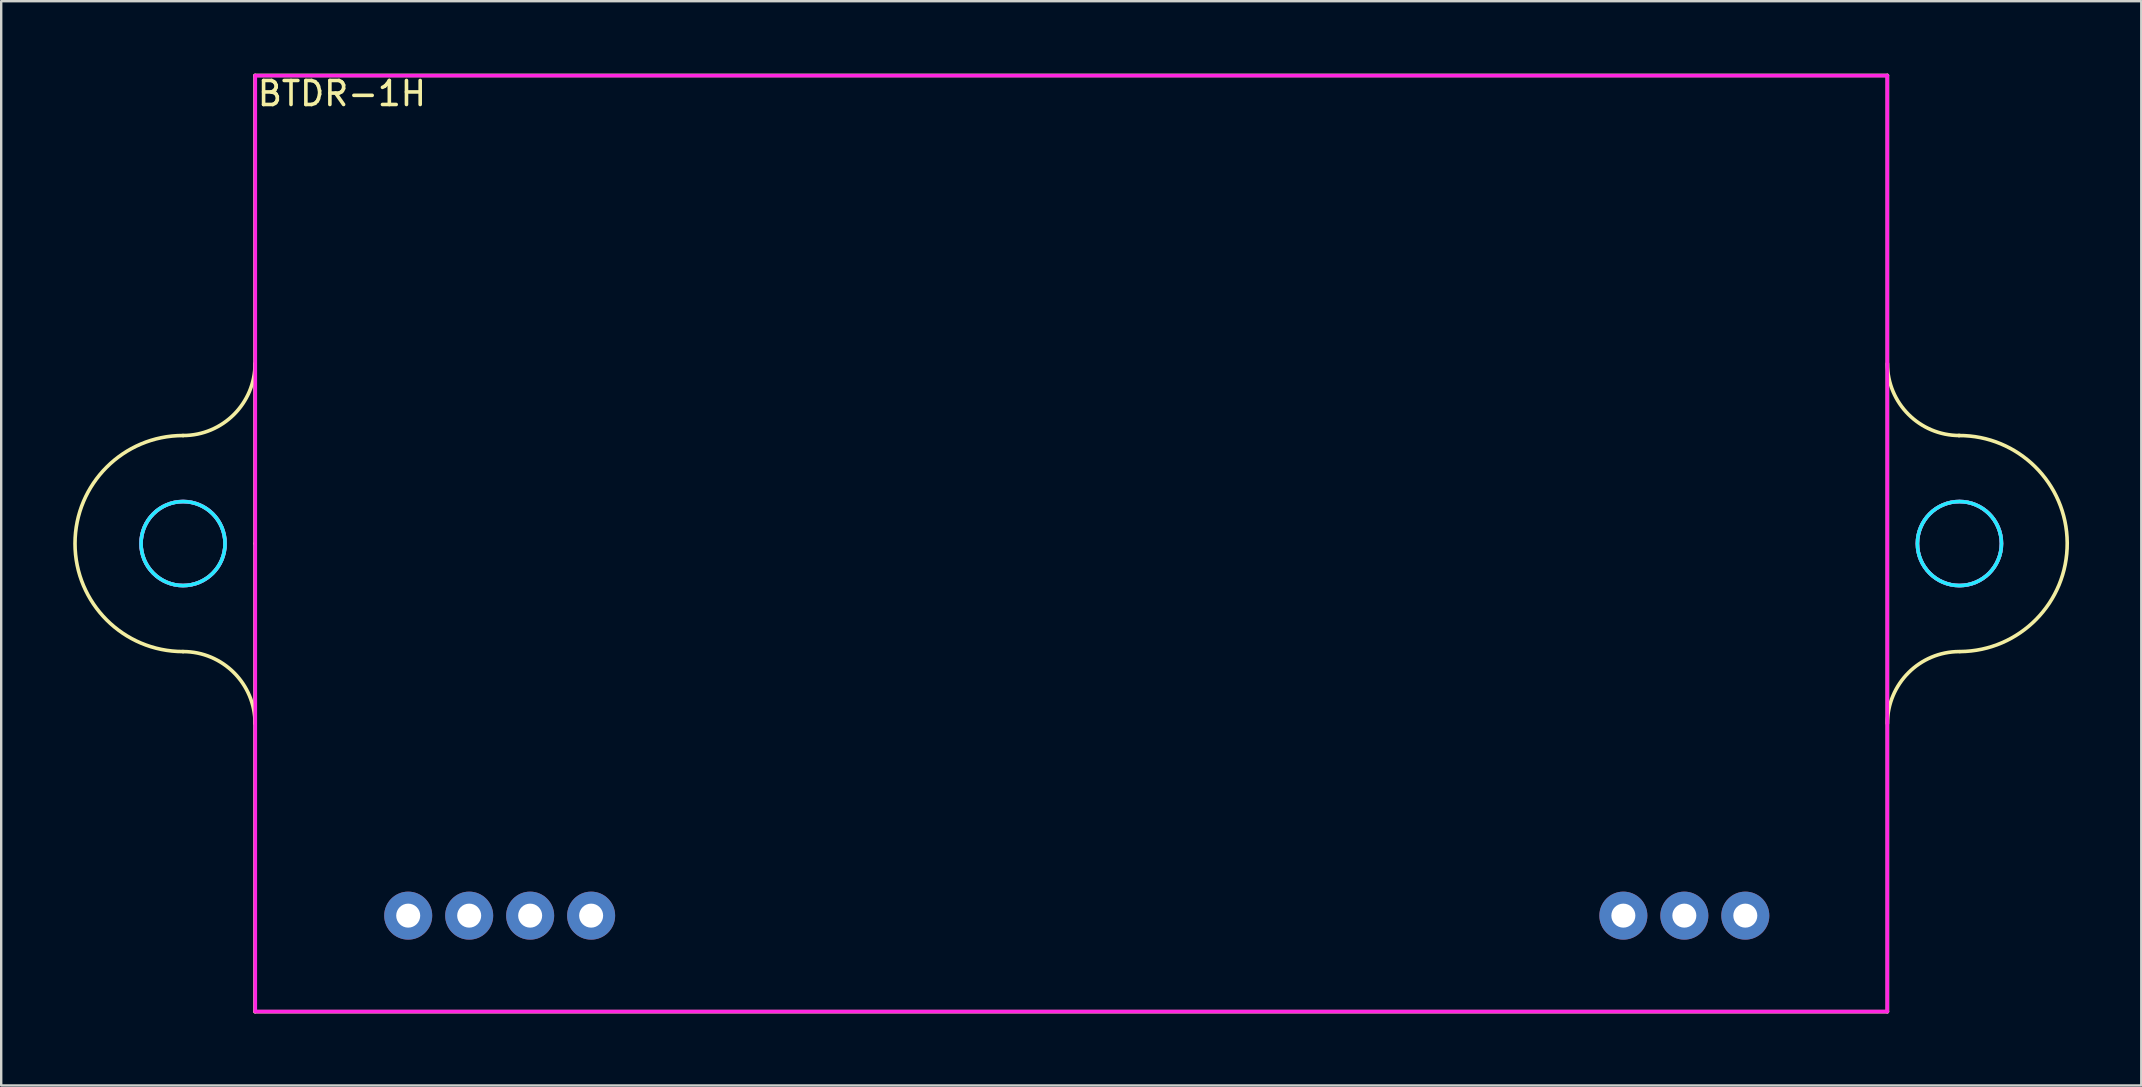
<source format=kicad_pcb>
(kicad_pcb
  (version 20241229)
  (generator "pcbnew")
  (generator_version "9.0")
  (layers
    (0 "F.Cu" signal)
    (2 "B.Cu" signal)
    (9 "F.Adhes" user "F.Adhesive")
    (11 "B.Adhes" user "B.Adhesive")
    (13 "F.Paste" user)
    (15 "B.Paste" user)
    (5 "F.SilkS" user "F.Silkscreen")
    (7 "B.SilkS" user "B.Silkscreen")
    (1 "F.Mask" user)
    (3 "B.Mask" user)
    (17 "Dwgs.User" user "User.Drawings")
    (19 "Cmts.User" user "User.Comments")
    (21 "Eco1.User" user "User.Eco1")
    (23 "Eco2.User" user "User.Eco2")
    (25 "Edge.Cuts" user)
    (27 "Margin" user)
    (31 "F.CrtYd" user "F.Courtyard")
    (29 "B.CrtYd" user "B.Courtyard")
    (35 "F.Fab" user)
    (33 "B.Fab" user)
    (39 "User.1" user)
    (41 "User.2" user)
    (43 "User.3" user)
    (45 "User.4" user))
  (footprint "BTDR-1H"
    (layer "F.Cu")
    (at 4.575 19.593)
    (property "Reference" "BTDR-1H" (at 6.617 -18.745 0) (layer "F.SilkS") (effects (font (size 1 1) (thickness 0.15))))
    (attr through_hole)
    (fp_line (start 3 -19.5) (end 71 -19.5) (stroke (width 0.15) (type solid)) (layer "F.SilkS"))
    (fp_line (start 3 0) (end 3 -19.5) (stroke (width 0.15) (type solid)) (layer "F.SilkS"))
    (fp_line (start 3 0) (end 3 19.5) (stroke (width 0.15) (type solid)) (layer "F.SilkS"))
    (fp_line (start 3 19.5) (end 71 19.5) (stroke (width 0.15) (type solid)) (layer "F.SilkS"))
    (fp_line (start 71 -19.5) (end 71 19.5) (stroke (width 0.15) (type solid)) (layer "F.SilkS"))
    (fp_arc (start 0 4.5) (mid -4.5 0) (end 0 -4.5) (stroke (width 0.15) (type solid)) (layer "F.SilkS"))
    (fp_arc (start 0 4.5) (mid 2.12132 5.37868) (end 3 7.5) (stroke (width 0.15) (type solid)) (layer "F.SilkS"))
    (fp_arc (start 3 -7.5) (mid 2.12132 -5.37868) (end 0 -4.5) (stroke (width 0.15) (type solid)) (layer "F.SilkS"))
    (fp_arc (start 71 7.5) (mid 71.87868 5.37868) (end 74 4.5) (stroke (width 0.15) (type solid)) (layer "F.SilkS"))
    (fp_arc (start 73.9717 -4.5) (mid 78.5 -0.0283) (end 74.0283 4.5) (stroke (width 0.15) (type solid)) (layer "F.SilkS"))
    (fp_arc (start 74 -4.5) (mid 71.87868 -5.37868) (end 71 -7.5) (stroke (width 0.15) (type solid)) (layer "F.SilkS"))
    (fp_circle (center 0 0) (end 1.75 0) (stroke (width 0.15) (type solid)) (fill no) (layer "F.SilkS"))
    (fp_circle (center 74 0) (end 75.75 0) (stroke (width 0.15) (type solid)) (fill no) (layer "F.SilkS"))
    (fp_circle (center 0 0) (end 0.813 -1.549) (stroke (width 0.15) (type solid)) (fill no) (layer "B.CrtYd"))
    (fp_circle (center 74 0) (end 75.75 0) (stroke (width 0.15) (type solid)) (fill no) (layer "B.CrtYd"))
    (fp_line (start 3.01 -19.494) (end 3.01 19.494) (stroke (width 0.15) (type solid)) (layer "F.CrtYd"))
    (fp_line (start 3.01 19.494) (end 70.993 19.494) (stroke (width 0.15) (type solid)) (layer "F.CrtYd"))
    (fp_line (start 70.993 -19.494) (end 3.01 -19.494) (stroke (width 0.15) (type solid)) (layer "F.CrtYd"))
    (fp_line (start 70.993 19.494) (end 70.993 -19.494) (stroke (width 0.15) (type solid)) (layer "F.CrtYd"))
    (fp_circle (center 0 0) (end 1.75 0) (stroke (width 0.15) (type solid)) (fill no) (layer "F.CrtYd"))
    (fp_circle (center 74 0) (end 75.75 0) (stroke (width 0.15) (type solid)) (fill no) (layer "F.CrtYd"))
    (pad "1" thru_hole circle (at 9.38 15.5) (size 2 2) (drill 1) (layers "*.Cu" "*.Mask"))
    (pad "2" thru_hole circle (at 11.92 15.5) (size 2 2) (drill 1) (layers "*.Cu" "*.Mask"))
    (pad "3" thru_hole circle (at 14.46 15.5) (size 2 2) (drill 1) (layers "*.Cu" "*.Mask"))
    (pad "4" thru_hole circle (at 17 15.5) (size 2 2) (drill 1) (layers "*.Cu" "*.Mask"))
    (pad "5" thru_hole circle (at 60 15.5) (size 2 2) (drill 1) (layers "*.Cu" "*.Mask"))
    (pad "6" thru_hole circle (at 62.54 15.5) (size 2 2) (drill 1) (layers "*.Cu" "*.Mask"))
    (pad "7" thru_hole circle (at 65.08 15.5) (size 2 2) (drill 1) (layers "*.Cu" "*.Mask")))
  (gr_rect
    (start -3 -3)
    (end 86.15 42.168)
    (stroke (width 0.1) (type default))
    (fill no)
    (layer "Edge.Cuts")))
</source>
